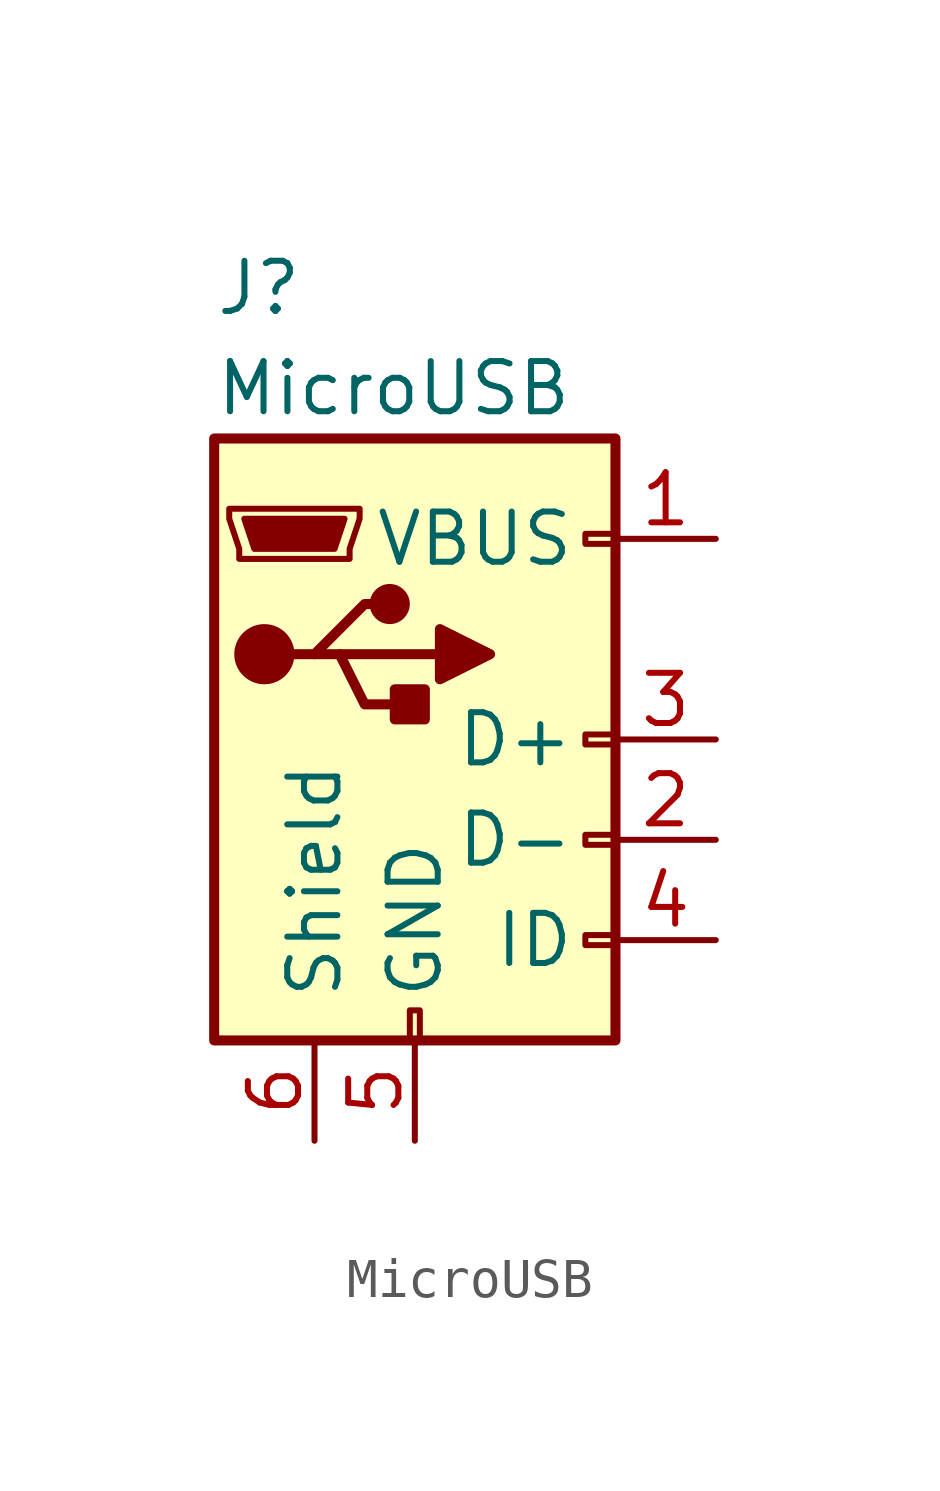
<source format=kicad_sym>
(kicad_symbol_lib
  (version 20211014)
  (generator kicad_symbol_editor)
  (symbol "MicroUSB"
    (pin_names
      (offset 1.016))
    (property "Reference" "J"
      (at -5.08 11.43 0)
      (effects (font (size 1.27 1.27)) (justify left)))
    (property "Value" "MicroUSB"
      (at -5.08 8.89 0)
      (effects (font (size 1.27 1.27)) (justify left)))
    (symbol "MicroUSB_0_1"
      (rectangle (start -5.08 -7.62) (end 5.08 7.62) (stroke (width 0.254) (type default) (color 0 0 0 0)) (fill (type background)))
      (circle (center -3.81 2.159) (radius 0.635) (stroke (width 0.254) (type default) (color 0 0 0 0)) (fill (type outline)))
      (circle (center -0.635 3.429) (radius 0.381) (stroke (width 0.254) (type default) (color 0 0 0 0)) (fill (type outline)))
      (rectangle (start -0.127 -7.62) (end 0.127 -6.858) (stroke (width 0) (type default) (color 0 0 0 0)) (fill (type none)))
      (polyline (pts (xy -1.905 2.159) (xy 0.635 2.159)) (stroke (width 0.254) (type default) (color 0 0 0 0)) (fill (type none)))
      (polyline (pts (xy -3.175 2.159) (xy -2.54 2.159) (xy -1.27 3.429) (xy -0.635 3.429)) (stroke (width 0.254) (type default) (color 0 0 0 0)) (fill (type none)))
      (polyline (pts (xy -2.54 2.159) (xy -1.905 2.159) (xy -1.27 0.889) (xy 0 0.889)) (stroke (width 0.254) (type default) (color 0 0 0 0)) (fill (type none)))
      (polyline (pts (xy 0.635 2.794) (xy 0.635 1.524) (xy 1.905 2.159) (xy 0.635 2.794)) (stroke (width 0.254) (type default) (color 0 0 0 0)) (fill (type outline)))
      (polyline (pts (xy -4.318 5.588) (xy -1.778 5.588) (xy -2.032 4.826) (xy -4.064 4.826) (xy -4.318 5.588)) (stroke (width 0) (type default) (color 0 0 0 0)) (fill (type outline)))
      (polyline (pts (xy -4.699 5.842) (xy -4.699 5.588) (xy -4.445 4.826) (xy -4.445 4.572) (xy -1.651 4.572) (xy -1.651 4.826) (xy -1.397 5.588) (xy -1.397 5.842) (xy -4.699 5.842)) (stroke (width 0) (type default) (color 0 0 0 0)) (fill (type none)))
      (rectangle (start 0.254 1.27) (end -0.508 0.508) (stroke (width 0.254) (type default) (color 0 0 0 0)) (fill (type outline)))
      (rectangle (start 5.08 -5.207) (end 4.318 -4.953) (stroke (width 0) (type default) (color 0 0 0 0)) (fill (type none)))
      (rectangle (start 5.08 -2.667) (end 4.318 -2.413) (stroke (width 0) (type default) (color 0 0 0 0)) (fill (type none)))
      (rectangle (start 5.08 -0.127) (end 4.318 0.127) (stroke (width 0) (type default) (color 0 0 0 0)) (fill (type none)))
      (rectangle (start 5.08 4.953) (end 4.318 5.207) (stroke (width 0) (type default) (color 0 0 0 0)) (fill (type none))))
    (symbol "MicroUSB_1_1"
      (pin power_out line (at 7.62 5.08 180) (length 2.54) (name "VBUS" (effects (font (size 1.27 1.27)))) (number "1" (effects (font (size 1.27 1.27)))))
      (pin bidirectional line (at 7.62 -2.54 180) (length 2.54) (name "D-" (effects (font (size 1.27 1.27)))) (number "2" (effects (font (size 1.27 1.27)))))
      (pin bidirectional line (at 7.62 0 180) (length 2.54) (name "D+" (effects (font (size 1.27 1.27)))) (number "3" (effects (font (size 1.27 1.27)))))
      (pin passive line (at 7.62 -5.08 180) (length 2.54) (name "ID" (effects (font (size 1.27 1.27)))) (number "4" (effects (font (size 1.27 1.27)))))
      (pin power_out line (at 0 -10.16 90) (length 2.54) (name "GND" (effects (font (size 1.27 1.27)))) (number "5" (effects (font (size 1.27 1.27)))))
      (pin passive line (at -2.54 -10.16 90) (length 2.54) (name "Shield" (effects (font (size 1.27 1.27)))) (number "6" (effects (font (size 1.27 1.27))))))))
</source>
